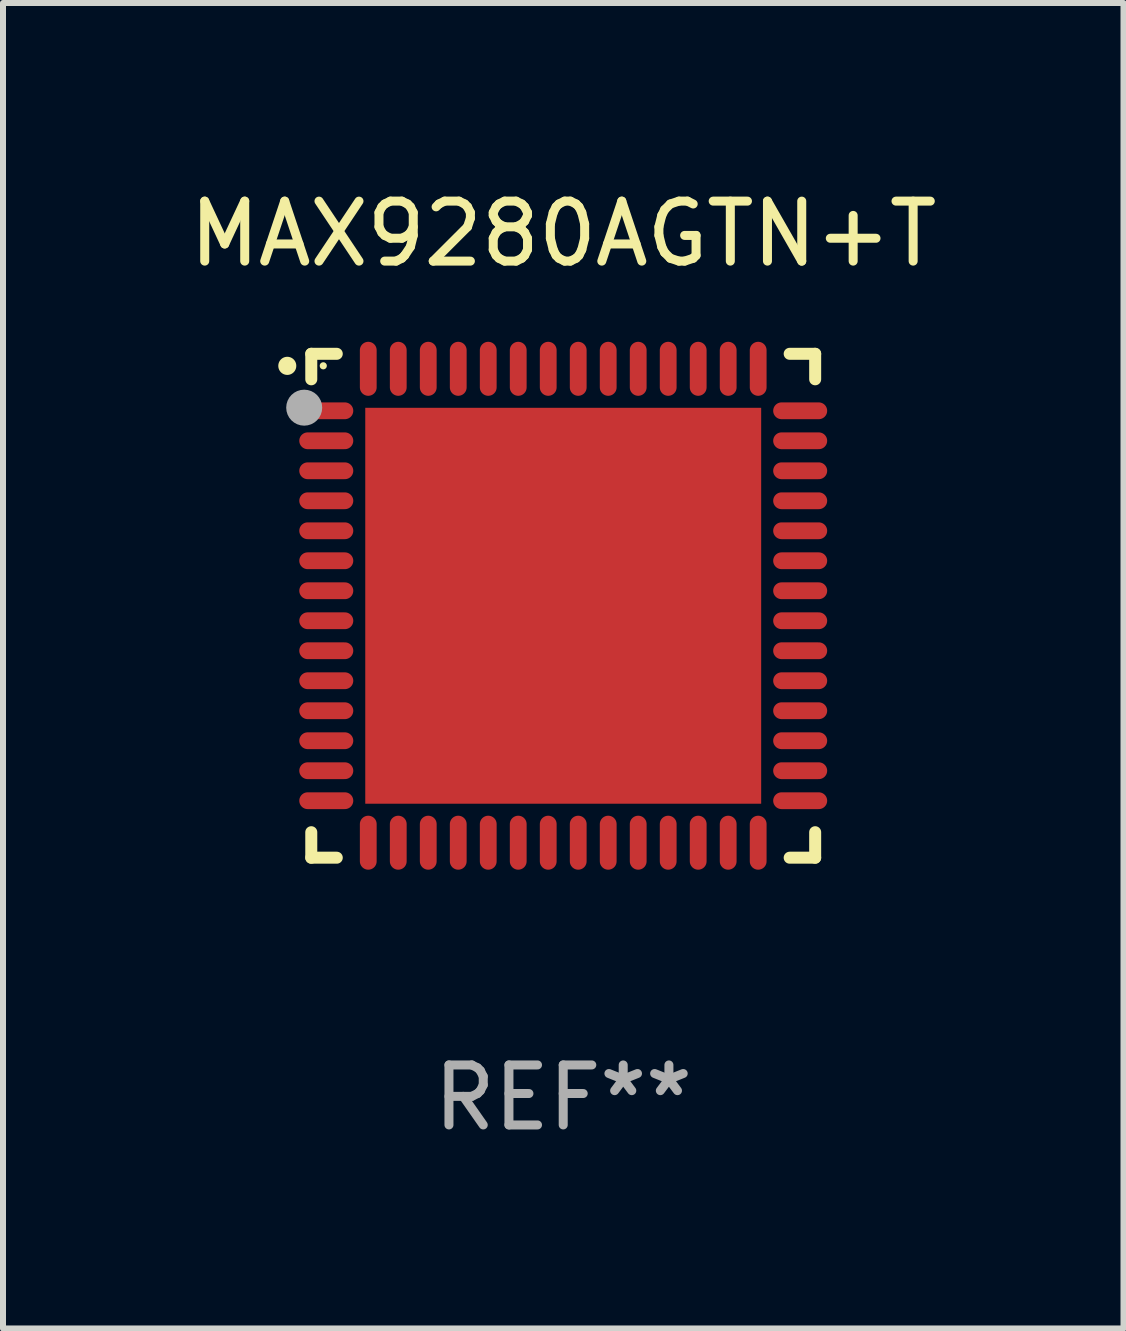
<source format=kicad_pcb>
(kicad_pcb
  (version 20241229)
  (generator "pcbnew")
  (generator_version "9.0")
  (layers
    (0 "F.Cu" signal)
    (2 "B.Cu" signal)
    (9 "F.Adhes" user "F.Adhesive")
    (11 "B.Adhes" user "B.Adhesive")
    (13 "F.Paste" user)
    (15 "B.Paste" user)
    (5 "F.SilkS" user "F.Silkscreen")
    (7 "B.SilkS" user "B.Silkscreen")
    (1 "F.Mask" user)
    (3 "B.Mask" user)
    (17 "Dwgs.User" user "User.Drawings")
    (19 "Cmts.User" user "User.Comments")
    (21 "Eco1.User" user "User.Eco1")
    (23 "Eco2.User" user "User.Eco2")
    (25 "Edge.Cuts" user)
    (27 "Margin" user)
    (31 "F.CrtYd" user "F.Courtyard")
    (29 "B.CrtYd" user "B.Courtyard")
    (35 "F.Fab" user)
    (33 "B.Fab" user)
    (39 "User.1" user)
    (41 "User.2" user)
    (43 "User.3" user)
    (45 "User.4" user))
  (footprint "MAX9280AGTN+T"
    (layer "F.Cu")
    (at 6.339 7.048)
    (property "Reference" "MAX9280AGTN+T" (at 0 -6.2 0) (layer "F.SilkS") (effects (font (size 1 1) (thickness 0.15))))
    (attr through_hole)
    (fp_line (start -4.2 -4.2) (end -3.775 -4.2) (stroke (width 0.2) (type solid)) (layer "F.SilkS"))
    (fp_line (start -4.2 -3.775) (end -4.2 -4.2) (stroke (width 0.2) (type solid)) (layer "F.SilkS"))
    (fp_line (start -4.2 3.775) (end -4.2 4.2) (stroke (width 0.2) (type solid)) (layer "F.SilkS"))
    (fp_line (start -4.2 4.2) (end -3.775 4.2) (stroke (width 0.2) (type solid)) (layer "F.SilkS"))
    (fp_line (start 3.775 4.2) (end 4.2 4.2) (stroke (width 0.2) (type solid)) (layer "F.SilkS"))
    (fp_line (start 4.2 -4.2) (end 3.775 -4.2) (stroke (width 0.2) (type solid)) (layer "F.SilkS"))
    (fp_line (start 4.2 -3.775) (end 4.2 -4.2) (stroke (width 0.2) (type solid)) (layer "F.SilkS"))
    (fp_line (start 4.2 4.2) (end 4.2 3.775) (stroke (width 0.2) (type solid)) (layer "F.SilkS"))
    (fp_arc (start -4.599949 -3.997968) (mid -4.599954 -3.999238) (end -4.599949 -4.000508) (stroke (width 0.3) (type solid)) (layer "F.SilkS"))
    (fp_circle (center -4 -4) (end -3.97 -4) (stroke (width 0.06) (type solid)) (fill no) (layer "F.SilkS"))
    (fp_circle (center -4.318 -3.302) (end -4.168 -3.302) (stroke (width 0.3) (type solid)) (fill no) (layer "F.Fab"))
    (fp_text user "REF**" (at 0 8.2 0) (layer "F.Fab") (effects (font (size 1 1) (thickness 0.15))))
    (pad "1" smd oval (at -3.95 -3.25 90) (size 0.28 0.9) (layers "F.Cu" "F.Mask" "F.Paste"))
    (pad "2" smd oval (at -3.95 -2.75 90) (size 0.28 0.9) (layers "F.Cu" "F.Mask" "F.Paste"))
    (pad "3" smd oval (at -3.95 -2.25 90) (size 0.28 0.9) (layers "F.Cu" "F.Mask" "F.Paste"))
    (pad "4" smd oval (at -3.95 -1.75 90) (size 0.28 0.9) (layers "F.Cu" "F.Mask" "F.Paste"))
    (pad "5" smd oval (at -3.95 -1.25 90) (size 0.28 0.9) (layers "F.Cu" "F.Mask" "F.Paste"))
    (pad "6" smd oval (at -3.95 -0.75 90) (size 0.28 0.9) (layers "F.Cu" "F.Mask" "F.Paste"))
    (pad "7" smd oval (at -3.95 -0.25 90) (size 0.28 0.9) (layers "F.Cu" "F.Mask" "F.Paste"))
    (pad "8" smd oval (at -3.95 0.25 90) (size 0.28 0.9) (layers "F.Cu" "F.Mask" "F.Paste"))
    (pad "9" smd oval (at -3.95 0.75 90) (size 0.28 0.9) (layers "F.Cu" "F.Mask" "F.Paste"))
    (pad "10" smd oval (at -3.95 1.25 90) (size 0.28 0.9) (layers "F.Cu" "F.Mask" "F.Paste"))
    (pad "11" smd oval (at -3.95 1.75 90) (size 0.28 0.9) (layers "F.Cu" "F.Mask" "F.Paste"))
    (pad "12" smd oval (at -3.95 2.25 90) (size 0.28 0.9) (layers "F.Cu" "F.Mask" "F.Paste"))
    (pad "13" smd oval (at -3.95 2.75 90) (size 0.28 0.9) (layers "F.Cu" "F.Mask" "F.Paste"))
    (pad "14" smd oval (at -3.95 3.25 90) (size 0.28 0.9) (layers "F.Cu" "F.Mask" "F.Paste"))
    (pad "15" smd oval (at -3.25 3.95) (size 0.28 0.9) (layers "F.Cu" "F.Mask" "F.Paste"))
    (pad "16" smd oval (at -2.75 3.95) (size 0.28 0.9) (layers "F.Cu" "F.Mask" "F.Paste"))
    (pad "17" smd oval (at -2.25 3.95) (size 0.28 0.9) (layers "F.Cu" "F.Mask" "F.Paste"))
    (pad "18" smd oval (at -1.75 3.95) (size 0.28 0.9) (layers "F.Cu" "F.Mask" "F.Paste"))
    (pad "19" smd oval (at -1.25 3.95) (size 0.28 0.9) (layers "F.Cu" "F.Mask" "F.Paste"))
    (pad "20" smd oval (at -0.75 3.95) (size 0.28 0.9) (layers "F.Cu" "F.Mask" "F.Paste"))
    (pad "21" smd oval (at -0.25 3.95) (size 0.28 0.9) (layers "F.Cu" "F.Mask" "F.Paste"))
    (pad "22" smd oval (at 0.25 3.95) (size 0.28 0.9) (layers "F.Cu" "F.Mask" "F.Paste"))
    (pad "23" smd oval (at 0.75 3.95) (size 0.28 0.9) (layers "F.Cu" "F.Mask" "F.Paste"))
    (pad "24" smd oval (at 1.25 3.95) (size 0.28 0.9) (layers "F.Cu" "F.Mask" "F.Paste"))
    (pad "25" smd oval (at 1.75 3.95) (size 0.28 0.9) (layers "F.Cu" "F.Mask" "F.Paste"))
    (pad "26" smd oval (at 2.25 3.95) (size 0.28 0.9) (layers "F.Cu" "F.Mask" "F.Paste"))
    (pad "27" smd oval (at 2.75 3.95) (size 0.28 0.9) (layers "F.Cu" "F.Mask" "F.Paste"))
    (pad "28" smd oval (at 3.25 3.95) (size 0.28 0.9) (layers "F.Cu" "F.Mask" "F.Paste"))
    (pad "29" smd oval (at 3.95 3.25 90) (size 0.28 0.9) (layers "F.Cu" "F.Mask" "F.Paste"))
    (pad "30" smd oval (at 3.95 2.75 90) (size 0.28 0.9) (layers "F.Cu" "F.Mask" "F.Paste"))
    (pad "31" smd oval (at 3.95 2.25 90) (size 0.28 0.9) (layers "F.Cu" "F.Mask" "F.Paste"))
    (pad "32" smd oval (at 3.95 1.75 90) (size 0.28 0.9) (layers "F.Cu" "F.Mask" "F.Paste"))
    (pad "33" smd oval (at 3.95 1.25 90) (size 0.28 0.9) (layers "F.Cu" "F.Mask" "F.Paste"))
    (pad "34" smd oval (at 3.95 0.75 90) (size 0.28 0.9) (layers "F.Cu" "F.Mask" "F.Paste"))
    (pad "35" smd oval (at 3.95 0.25 90) (size 0.28 0.9) (layers "F.Cu" "F.Mask" "F.Paste"))
    (pad "36" smd oval (at 3.95 -0.25 90) (size 0.28 0.9) (layers "F.Cu" "F.Mask" "F.Paste"))
    (pad "37" smd oval (at 3.95 -0.75 90) (size 0.28 0.9) (layers "F.Cu" "F.Mask" "F.Paste"))
    (pad "38" smd oval (at 3.95 -1.25 90) (size 0.28 0.9) (layers "F.Cu" "F.Mask" "F.Paste"))
    (pad "39" smd oval (at 3.95 -1.75 90) (size 0.28 0.9) (layers "F.Cu" "F.Mask" "F.Paste"))
    (pad "40" smd oval (at 3.95 -2.25 90) (size 0.28 0.9) (layers "F.Cu" "F.Mask" "F.Paste"))
    (pad "41" smd oval (at 3.95 -2.75 90) (size 0.28 0.9) (layers "F.Cu" "F.Mask" "F.Paste"))
    (pad "42" smd oval (at 3.95 -3.25 90) (size 0.28 0.9) (layers "F.Cu" "F.Mask" "F.Paste"))
    (pad "43" smd oval (at 3.25 -3.95) (size 0.28 0.9) (layers "F.Cu" "F.Mask" "F.Paste"))
    (pad "44" smd oval (at 2.75 -3.95) (size 0.28 0.9) (layers "F.Cu" "F.Mask" "F.Paste"))
    (pad "45" smd oval (at 2.25 -3.95) (size 0.28 0.9) (layers "F.Cu" "F.Mask" "F.Paste"))
    (pad "46" smd oval (at 1.75 -3.95) (size 0.28 0.9) (layers "F.Cu" "F.Mask" "F.Paste"))
    (pad "47" smd oval (at 1.25 -3.95) (size 0.28 0.9) (layers "F.Cu" "F.Mask" "F.Paste"))
    (pad "48" smd oval (at 0.75 -3.95) (size 0.28 0.9) (layers "F.Cu" "F.Mask" "F.Paste"))
    (pad "49" smd oval (at 0.25 -3.95) (size 0.28 0.9) (layers "F.Cu" "F.Mask" "F.Paste"))
    (pad "50" smd oval (at -0.25 -3.95) (size 0.28 0.9) (layers "F.Cu" "F.Mask" "F.Paste"))
    (pad "51" smd oval (at -0.75 -3.95) (size 0.28 0.9) (layers "F.Cu" "F.Mask" "F.Paste"))
    (pad "52" smd oval (at -1.25 -3.95) (size 0.28 0.9) (layers "F.Cu" "F.Mask" "F.Paste"))
    (pad "53" smd oval (at -1.75 -3.95) (size 0.28 0.9) (layers "F.Cu" "F.Mask" "F.Paste"))
    (pad "54" smd oval (at -2.25 -3.95) (size 0.28 0.9) (layers "F.Cu" "F.Mask" "F.Paste"))
    (pad "55" smd oval (at -2.75 -3.95) (size 0.28 0.9) (layers "F.Cu" "F.Mask" "F.Paste"))
    (pad "56" smd oval (at -3.25 -3.95) (size 0.28 0.9) (layers "F.Cu" "F.Mask" "F.Paste"))
    (pad "57" smd rect (at 0 0.000051) (size 6.6 6.6) (layers "F.Cu" "F.Mask" "F.Paste")))
  (gr_rect
    (start -3 -3)
    (end 15.679 19.096)
    (stroke (width 0.1) (type default))
    (fill no)
    (layer "Edge.Cuts")))
</source>
